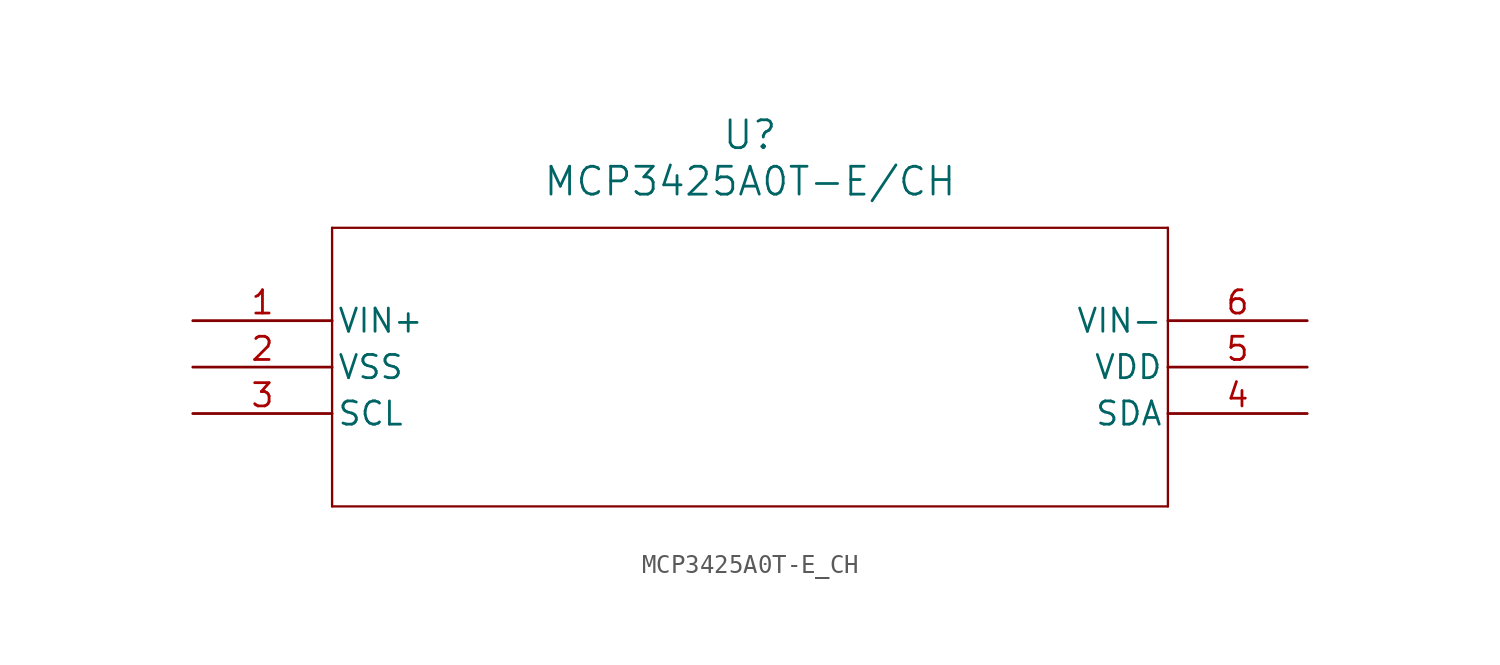
<source format=kicad_sym>
(kicad_symbol_lib
  (version 20211014)
  (generator kicad_symbol_editor)
  (symbol "MCP3425A0T-E_CH"
    (pin_names
      (offset 0.254))
    (property "Reference" "U"
      (at 30.48 10.16 0)
      (effects (font (size 1.524 1.524))))
    (property "Value" "MCP3425A0T-E/CH"
      (at 30.48 7.62 0)
      (effects (font (size 1.524 1.524))))
    (symbol "MCP3425A0T-E_CH_0_1"
      (polyline (pts (xy 7.62 5.08) (xy 7.62 -10.16)) (stroke (width 0.127) (type default) (color 0 0 0 0)) (fill (type none)))
      (polyline (pts (xy 7.62 -10.16) (xy 53.34 -10.16)) (stroke (width 0.127) (type default) (color 0 0 0 0)) (fill (type none)))
      (polyline (pts (xy 53.34 -10.16) (xy 53.34 5.08)) (stroke (width 0.127) (type default) (color 0 0 0 0)) (fill (type none)))
      (polyline (pts (xy 53.34 5.08) (xy 7.62 5.08)) (stroke (width 0.127) (type default) (color 0 0 0 0)) (fill (type none)))
      (pin unspecified line (at 0 0 0) (length 7.62) (name "VIN+" (effects (font (size 1.27 1.27)))) (number "1" (effects (font (size 1.27 1.27)))))
      (pin unspecified line (at 0 -2.54 0) (length 7.62) (name "VSS" (effects (font (size 1.27 1.27)))) (number "2" (effects (font (size 1.27 1.27)))))
      (pin unspecified line (at 0 -5.08 0) (length 7.62) (name "SCL" (effects (font (size 1.27 1.27)))) (number "3" (effects (font (size 1.27 1.27)))))
      (pin unspecified line (at 60.96 -5.08 180) (length 7.62) (name "SDA" (effects (font (size 1.27 1.27)))) (number "4" (effects (font (size 1.27 1.27)))))
      (pin unspecified line (at 60.96 -2.54 180) (length 7.62) (name "VDD" (effects (font (size 1.27 1.27)))) (number "5" (effects (font (size 1.27 1.27)))))
      (pin unspecified line (at 60.96 0 180) (length 7.62) (name "VIN-" (effects (font (size 1.27 1.27)))) (number "6" (effects (font (size 1.27 1.27))))))))
</source>
